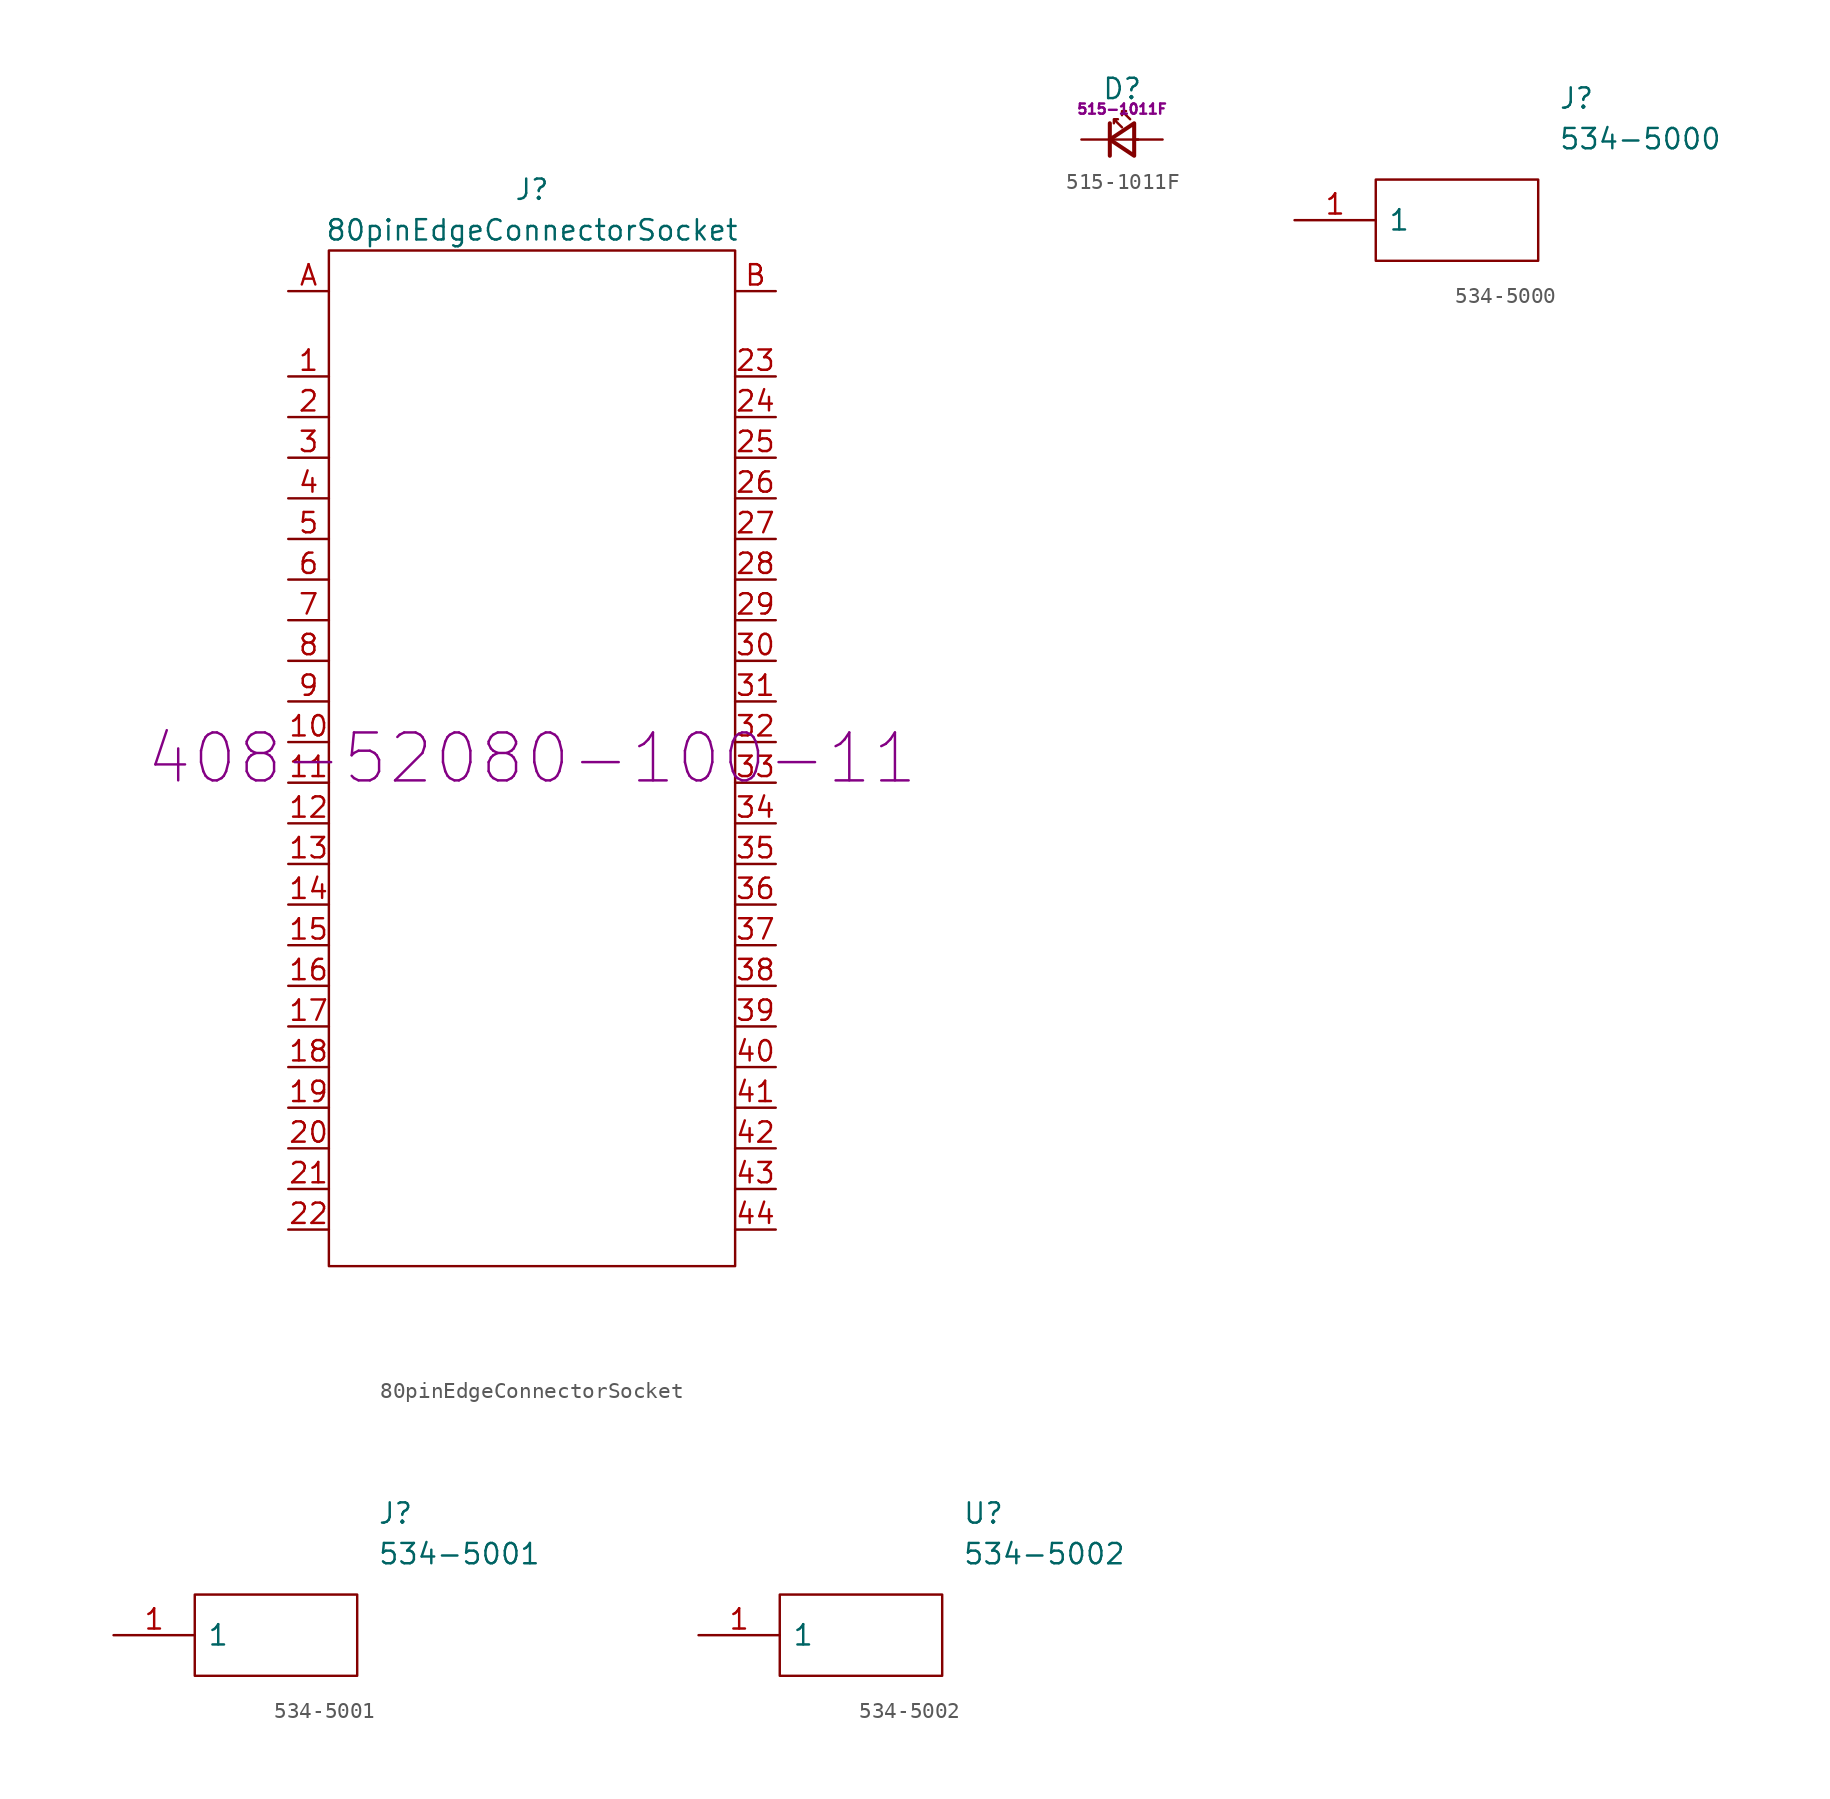
<source format=kicad_sym>
(kicad_symbol_lib
  (version 20220914)
  (generator kicad_symbol_editor)
  (symbol "80pinEdgeConnectorSocket"
    (pin_names
      (offset 1.016))
    (property "Reference" "J"
      (at 0 35.56 0)
      (effects (font (size 1.27 1.27))))
    (property "Value" "80pinEdgeConnectorSocket"
      (at 0 33.02 0)
      (effects (font (size 1.27 1.27))))
    (property "MFG ID" "408-52080-100-11"
      (at 0 0 0)
      (effects (font (size 2.997 2.997))))
    (symbol "80pinEdgeConnectorSocket_0_1"
      (rectangle (start -12.7 31.75) (end 12.7 -31.75) (stroke (width 0) (type default)) (fill (type none))))
    (symbol "80pinEdgeConnectorSocket_1_1"
      (pin input line (at -15.24 23.876 0) (length 2.54) (name "~" (effects (font (size 1.27 1.27)))) (number "1" (effects (font (size 1.27 1.27)))))
      (pin input line (at -15.24 1.016 0) (length 2.54) (name "~" (effects (font (size 1.27 1.27)))) (number "10" (effects (font (size 1.27 1.27)))))
      (pin input line (at -15.24 -1.524 0) (length 2.54) (name "~" (effects (font (size 1.27 1.27)))) (number "11" (effects (font (size 1.27 1.27)))))
      (pin input line (at -15.24 -4.064 0) (length 2.54) (name "~" (effects (font (size 1.27 1.27)))) (number "12" (effects (font (size 1.27 1.27)))))
      (pin input line (at -15.24 -6.604 0) (length 2.54) (name "~" (effects (font (size 1.27 1.27)))) (number "13" (effects (font (size 1.27 1.27)))))
      (pin input line (at -15.24 -9.144 0) (length 2.54) (name "~" (effects (font (size 1.27 1.27)))) (number "14" (effects (font (size 1.27 1.27)))))
      (pin input line (at -15.24 -11.684 0) (length 2.54) (name "~" (effects (font (size 1.27 1.27)))) (number "15" (effects (font (size 1.27 1.27)))))
      (pin input line (at -15.24 -14.224 0) (length 2.54) (name "~" (effects (font (size 1.27 1.27)))) (number "16" (effects (font (size 1.27 1.27)))))
      (pin input line (at -15.24 -16.764 0) (length 2.54) (name "~" (effects (font (size 1.27 1.27)))) (number "17" (effects (font (size 1.27 1.27)))))
      (pin input line (at -15.24 -19.304 0) (length 2.54) (name "~" (effects (font (size 1.27 1.27)))) (number "18" (effects (font (size 1.27 1.27)))))
      (pin input line (at -15.24 -21.844 0) (length 2.54) (name "~" (effects (font (size 1.27 1.27)))) (number "19" (effects (font (size 1.27 1.27)))))
      (pin input line (at -15.24 21.336 0) (length 2.54) (name "~" (effects (font (size 1.27 1.27)))) (number "2" (effects (font (size 1.27 1.27)))))
      (pin input line (at -15.24 -24.384 0) (length 2.54) (name "~" (effects (font (size 1.27 1.27)))) (number "20" (effects (font (size 1.27 1.27)))))
      (pin input line (at -15.24 -26.924 0) (length 2.54) (name "~" (effects (font (size 1.27 1.27)))) (number "21" (effects (font (size 1.27 1.27)))))
      (pin input line (at -15.24 -29.464 0) (length 2.54) (name "~" (effects (font (size 1.27 1.27)))) (number "22" (effects (font (size 1.27 1.27)))))
      (pin input line (at 15.24 23.876 180) (length 2.54) (name "~" (effects (font (size 1.27 1.27)))) (number "23" (effects (font (size 1.27 1.27)))))
      (pin input line (at 15.24 21.336 180) (length 2.54) (name "~" (effects (font (size 1.27 1.27)))) (number "24" (effects (font (size 1.27 1.27)))))
      (pin input line (at 15.24 18.796 180) (length 2.54) (name "~" (effects (font (size 1.27 1.27)))) (number "25" (effects (font (size 1.27 1.27)))))
      (pin input line (at 15.24 16.256 180) (length 2.54) (name "~" (effects (font (size 1.27 1.27)))) (number "26" (effects (font (size 1.27 1.27)))))
      (pin input line (at 15.24 13.716 180) (length 2.54) (name "~" (effects (font (size 1.27 1.27)))) (number "27" (effects (font (size 1.27 1.27)))))
      (pin input line (at 15.24 11.176 180) (length 2.54) (name "~" (effects (font (size 1.27 1.27)))) (number "28" (effects (font (size 1.27 1.27)))))
      (pin input line (at 15.24 8.636 180) (length 2.54) (name "~" (effects (font (size 1.27 1.27)))) (number "29" (effects (font (size 1.27 1.27)))))
      (pin input line (at -15.24 18.796 0) (length 2.54) (name "~" (effects (font (size 1.27 1.27)))) (number "3" (effects (font (size 1.27 1.27)))))
      (pin input line (at 15.24 6.096 180) (length 2.54) (name "~" (effects (font (size 1.27 1.27)))) (number "30" (effects (font (size 1.27 1.27)))))
      (pin input line (at 15.24 3.556 180) (length 2.54) (name "~" (effects (font (size 1.27 1.27)))) (number "31" (effects (font (size 1.27 1.27)))))
      (pin input line (at 15.24 1.016 180) (length 2.54) (name "~" (effects (font (size 1.27 1.27)))) (number "32" (effects (font (size 1.27 1.27)))))
      (pin input line (at 15.24 -1.524 180) (length 2.54) (name "~" (effects (font (size 1.27 1.27)))) (number "33" (effects (font (size 1.27 1.27)))))
      (pin input line (at 15.24 -4.064 180) (length 2.54) (name "~" (effects (font (size 1.27 1.27)))) (number "34" (effects (font (size 1.27 1.27)))))
      (pin input line (at 15.24 -6.604 180) (length 2.54) (name "~" (effects (font (size 1.27 1.27)))) (number "35" (effects (font (size 1.27 1.27)))))
      (pin input line (at 15.24 -9.144 180) (length 2.54) (name "~" (effects (font (size 1.27 1.27)))) (number "36" (effects (font (size 1.27 1.27)))))
      (pin input line (at 15.24 -11.684 180) (length 2.54) (name "~" (effects (font (size 1.27 1.27)))) (number "37" (effects (font (size 1.27 1.27)))))
      (pin input line (at 15.24 -14.224 180) (length 2.54) (name "~" (effects (font (size 1.27 1.27)))) (number "38" (effects (font (size 1.27 1.27)))))
      (pin input line (at 15.24 -16.764 180) (length 2.54) (name "~" (effects (font (size 1.27 1.27)))) (number "39" (effects (font (size 1.27 1.27)))))
      (pin input line (at -15.24 16.256 0) (length 2.54) (name "~" (effects (font (size 1.27 1.27)))) (number "4" (effects (font (size 1.27 1.27)))))
      (pin input line (at 15.24 -19.304 180) (length 2.54) (name "~" (effects (font (size 1.27 1.27)))) (number "40" (effects (font (size 1.27 1.27)))))
      (pin input line (at 15.24 -21.844 180) (length 2.54) (name "~" (effects (font (size 1.27 1.27)))) (number "41" (effects (font (size 1.27 1.27)))))
      (pin input line (at 15.24 -24.384 180) (length 2.54) (name "~" (effects (font (size 1.27 1.27)))) (number "42" (effects (font (size 1.27 1.27)))))
      (pin input line (at 15.24 -26.924 180) (length 2.54) (name "~" (effects (font (size 1.27 1.27)))) (number "43" (effects (font (size 1.27 1.27)))))
      (pin input line (at 15.24 -29.464 180) (length 2.54) (name "~" (effects (font (size 1.27 1.27)))) (number "44" (effects (font (size 1.27 1.27)))))
      (pin input line (at -15.24 13.716 0) (length 2.54) (name "~" (effects (font (size 1.27 1.27)))) (number "5" (effects (font (size 1.27 1.27)))))
      (pin input line (at -15.24 11.176 0) (length 2.54) (name "~" (effects (font (size 1.27 1.27)))) (number "6" (effects (font (size 1.27 1.27)))))
      (pin input line (at -15.24 8.636 0) (length 2.54) (name "~" (effects (font (size 1.27 1.27)))) (number "7" (effects (font (size 1.27 1.27)))))
      (pin input line (at -15.24 6.096 0) (length 2.54) (name "~" (effects (font (size 1.27 1.27)))) (number "8" (effects (font (size 1.27 1.27)))))
      (pin input line (at -15.24 3.556 0) (length 2.54) (name "~" (effects (font (size 1.27 1.27)))) (number "9" (effects (font (size 1.27 1.27)))))
      (pin input line (at -15.24 29.21 0) (length 2.54) (name "~" (effects (font (size 1.27 1.27)))) (number "A" (effects (font (size 1.27 1.27)))))
      (pin input line (at 15.24 29.21 180) (length 2.54) (name "~" (effects (font (size 1.27 1.27)))) (number "B" (effects (font (size 1.27 1.27)))))))
  (symbol "515-1011F"
    (pin_numbers hide)
    (pin_names
      (offset 0.254) hide)
    (property "Reference" "D"
      (at -1.27 3.175 0)
      (effects (font (size 1.27 1.27)) (justify left)))
    (property "MFG ID" "515-1011F"
      (at 0 1.905 0)
      (effects (font (size 0.635 0.635))))
    (symbol "515-1011F_0_1"
      (polyline (pts (xy -0.762 -1.016) (xy -0.762 1.016)) (stroke (width 0.254) (type default)) (fill (type none)))
      (polyline (pts (xy 1.016 0) (xy -0.762 0)) (stroke (width 0) (type default)) (fill (type none)))
      (polyline (pts (xy 0.762 -1.016) (xy -0.762 0) (xy 0.762 1.016) (xy 0.762 -1.016)) (stroke (width 0.254) (type default)) (fill (type none)))
      (polyline (pts (xy 0 0.762) (xy -0.508 1.27) (xy -0.254 1.27) (xy -0.508 1.27) (xy -0.508 1.016)) (stroke (width 0) (type default)) (fill (type none)))
      (polyline (pts (xy 0.508 1.27) (xy 0 1.778) (xy 0.254 1.778) (xy 0 1.778) (xy 0 1.524)) (stroke (width 0) (type default)) (fill (type none))))
    (symbol "515-1011F_1_1"
      (pin passive line (at -2.54 0 0) (length 1.778) (name "K" (effects (font (size 1.27 1.27)))) (number "1" (effects (font (size 1.27 1.27)))))
      (pin passive line (at 2.54 0 180) (length 1.778) (name "A" (effects (font (size 1.27 1.27)))) (number "2" (effects (font (size 1.27 1.27)))))))
  (symbol "534-5000"
    (pin_names
      (offset 0.762))
    (property "Reference" "J"
      (at 16.51 7.62 0)
      (effects (font (size 1.27 1.27)) (justify left)))
    (property "Value" "534-5000"
      (at 16.51 5.08 0)
      (effects (font (size 1.27 1.27)) (justify left)))
    (symbol "534-5000_0_0"
      (pin bidirectional line (at 0 0 0) (length 5.08) (name "1" (effects (font (size 1.27 1.27)))) (number "1" (effects (font (size 1.27 1.27))))))
    (symbol "534-5000_0_1"
      (polyline (pts (xy 5.08 2.54) (xy 15.24 2.54) (xy 15.24 -2.54) (xy 5.08 -2.54) (xy 5.08 2.54)) (stroke (width 0.152) (type default)) (fill (type none)))))
  (symbol "534-5001"
    (pin_names
      (offset 0.762))
    (property "Reference" "J"
      (at 16.51 7.62 0)
      (effects (font (size 1.27 1.27)) (justify left)))
    (property "Value" "534-5001"
      (at 16.51 5.08 0)
      (effects (font (size 1.27 1.27)) (justify left)))
    (symbol "534-5001_0_0"
      (pin bidirectional line (at 0 0 0) (length 5.08) (name "1" (effects (font (size 1.27 1.27)))) (number "1" (effects (font (size 1.27 1.27))))))
    (symbol "534-5001_0_1"
      (polyline (pts (xy 5.08 2.54) (xy 15.24 2.54) (xy 15.24 -2.54) (xy 5.08 -2.54) (xy 5.08 2.54)) (stroke (width 0.152) (type default)) (fill (type none)))))
  (symbol "534-5002"
    (pin_names
      (offset 0.762))
    (property "Reference" "U"
      (at 16.51 7.62 0)
      (effects (font (size 1.27 1.27)) (justify left)))
    (property "Value" "534-5002"
      (at 16.51 5.08 0)
      (effects (font (size 1.27 1.27)) (justify left)))
    (symbol "534-5002_0_0"
      (pin bidirectional line (at 0 0 0) (length 5.08) (name "1" (effects (font (size 1.27 1.27)))) (number "1" (effects (font (size 1.27 1.27))))))
    (symbol "534-5002_0_1"
      (polyline (pts (xy 5.08 2.54) (xy 15.24 2.54) (xy 15.24 -2.54) (xy 5.08 -2.54) (xy 5.08 2.54)) (stroke (width 0.152) (type default)) (fill (type none))))))
</source>
